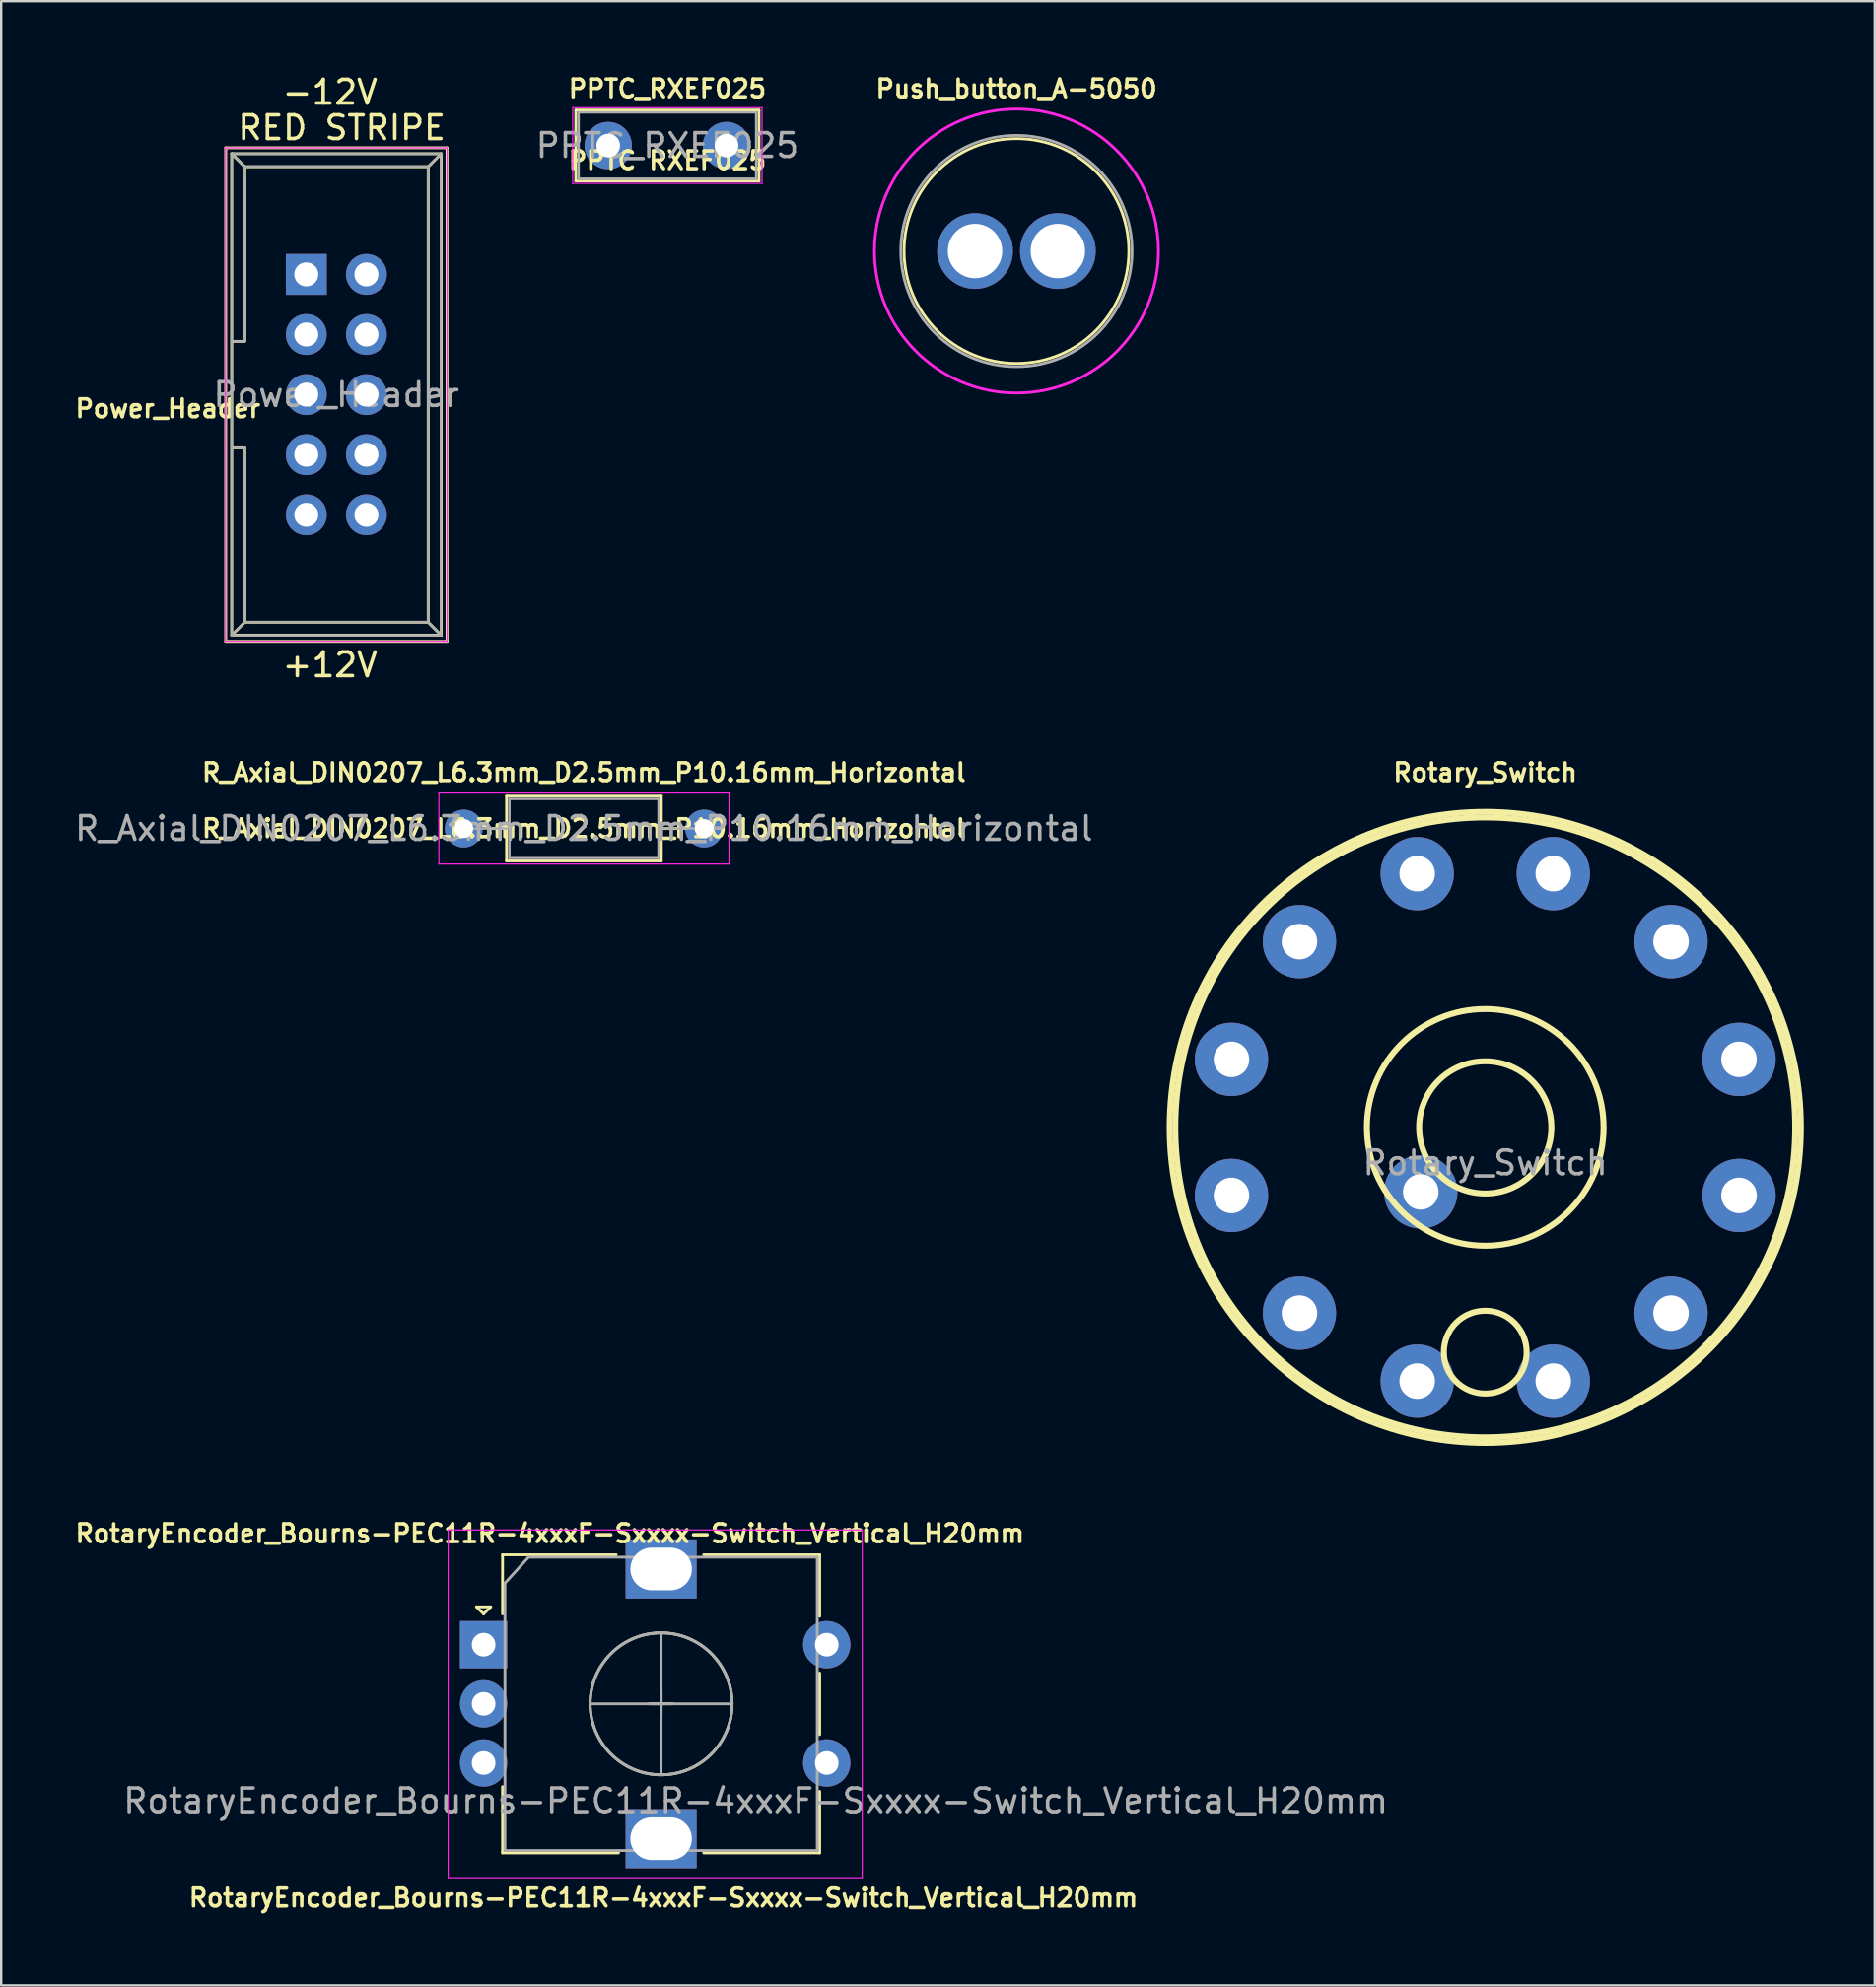
<source format=kicad_pcb>
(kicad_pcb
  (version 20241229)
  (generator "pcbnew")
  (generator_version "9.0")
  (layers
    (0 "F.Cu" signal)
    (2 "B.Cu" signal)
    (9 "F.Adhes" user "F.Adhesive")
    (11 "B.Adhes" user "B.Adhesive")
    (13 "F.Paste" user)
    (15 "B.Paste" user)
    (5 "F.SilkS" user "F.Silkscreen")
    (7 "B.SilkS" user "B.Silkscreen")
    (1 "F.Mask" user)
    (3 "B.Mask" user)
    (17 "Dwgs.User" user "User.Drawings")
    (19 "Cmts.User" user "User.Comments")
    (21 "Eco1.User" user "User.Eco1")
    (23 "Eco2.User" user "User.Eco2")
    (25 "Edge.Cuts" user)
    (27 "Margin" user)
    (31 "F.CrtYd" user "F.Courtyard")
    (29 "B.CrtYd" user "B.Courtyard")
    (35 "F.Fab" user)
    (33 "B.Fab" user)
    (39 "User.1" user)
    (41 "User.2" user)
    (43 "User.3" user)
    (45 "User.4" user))
  (footprint "PPTC_RXEF025"
    (layer "F.Cu")
    (at 25.151 3.102)
    (property "Reference" "PPTC_RXEF025" (at 0 -2.4 0) (layer "F.SilkS") (effects (font (size 0.75 0.75) (thickness 0.15))))
    (property "Value" "PPTC RXEF025" (at 0 2.4 0) (layer "F.Fab") (hide yes) (effects (font (size 1 1) (thickness 0.15))))
    (attr through_hole)
    (fp_line (start -3.87 -1.5) (end -3.87 1.5) (stroke (width 0.12) (type solid)) (layer "F.SilkS"))
    (fp_line (start -3.87 -1.5) (end 3.87 -1.5) (stroke (width 0.12) (type solid)) (layer "F.SilkS"))
    (fp_line (start -3.87 1.5) (end 3.87 1.5) (stroke (width 0.12) (type solid)) (layer "F.SilkS"))
    (fp_line (start 3.87 -1.5) (end 3.87 1.5) (stroke (width 0.12) (type solid)) (layer "F.SilkS"))
    (fp_line (start -4 -1.6) (end -4 1.6) (stroke (width 0.05) (type solid)) (layer "F.CrtYd"))
    (fp_line (start -4 1.6) (end 4 1.6) (stroke (width 0.05) (type solid)) (layer "F.CrtYd"))
    (fp_line (start 4 -1.6) (end -4 -1.6) (stroke (width 0.05) (type solid)) (layer "F.CrtYd"))
    (fp_line (start 4 1.6) (end 4 -1.6) (stroke (width 0.05) (type solid)) (layer "F.CrtYd"))
    (fp_line (start -3.75 -1.4) (end -3.75 1.4) (stroke (width 0.1) (type solid)) (layer "F.Fab"))
    (fp_line (start -3.75 1.4) (end 3.75 1.4) (stroke (width 0.1) (type solid)) (layer "F.Fab"))
    (fp_line (start 3.75 -1.4) (end -3.75 -1.4) (stroke (width 0.1) (type solid)) (layer "F.Fab"))
    (fp_line (start 3.75 1.4) (end 3.75 -1.4) (stroke (width 0.1) (type solid)) (layer "F.Fab"))
    (fp_text user "${VALUE}" (at 0 0.635 0) (layer "F.SilkS") (effects (font (size 0.75 0.75) (thickness 0.15))))
    (fp_text user "${REFERENCE}" (at 0 0 0) (layer "F.Fab") (effects (font (size 1 1) (thickness 0.15))))
    (pad "1" thru_hole circle (at -2.5 0) (size 2 2) (drill 1) (layers "*.Cu" "*.Mask"))
    (pad "2" thru_hole circle (at 2.5 0) (size 2 2) (drill 1) (layers "*.Cu" "*.Mask")))
  (footprint "Push_button_A-5050"
    (layer "F.Cu")
    (at 39.902 7.56)
    (property "Reference" "Push_button_A-5050" (at 0 -6.858 0) (layer "F.SilkS") (effects (font (size 0.75 0.75) (thickness 0.15))))
    (attr through_hole)
    (fp_circle (center 0 0) (end 4.75 0) (stroke (width 0.12) (type solid)) (fill no) (layer "F.SilkS"))
    (fp_circle (center 0 0) (end 6 0) (stroke (width 0.12) (type solid)) (fill no) (layer "F.CrtYd"))
    (fp_circle (center 0 0) (end 4.318 -2.286) (stroke (width 0.12) (type solid)) (fill no) (layer "F.Fab"))
    (pad "1" thru_hole circle (at -1.75 0) (size 3.2 3.2) (drill 2.3) (layers "*.Cu" "*.Mask"))
    (pad "2" thru_hole circle (at 1.75 0) (size 3.2 3.2) (drill 2.3) (layers "*.Cu" "*.Mask")))
  (footprint "R_Axial_DIN0207_L6.3mm_D2.5mm_P10.16mm_Horizontal"
    (layer "F.Cu")
    (at 16.545 31.968)
    (property "Reference" "R_Axial_DIN0207_L6.3mm_D2.5mm_P10.16mm_Horizontal" (at 5.08 -2.37 0) (layer "F.SilkS") (effects (font (size 0.75 0.75) (thickness 0.15))))
    (property "Value" "R_Axial_DIN0207_L6.3mm_D2.5mm_P10.16mm_Horizontal" (at 5.08 2.37 0) (layer "F.Fab") (hide yes) (effects (font (size 1 1) (thickness 0.15))))
    (attr through_hole)
    (fp_line (start 1.04 0) (end 1.81 0) (stroke (width 0.12) (type solid)) (layer "F.SilkS"))
    (fp_line (start 1.81 -1.37) (end 1.81 1.37) (stroke (width 0.12) (type solid)) (layer "F.SilkS"))
    (fp_line (start 1.81 1.37) (end 8.35 1.37) (stroke (width 0.12) (type solid)) (layer "F.SilkS"))
    (fp_line (start 8.35 -1.37) (end 1.81 -1.37) (stroke (width 0.12) (type solid)) (layer "F.SilkS"))
    (fp_line (start 8.35 1.37) (end 8.35 -1.37) (stroke (width 0.12) (type solid)) (layer "F.SilkS"))
    (fp_line (start 9.12 0) (end 8.35 0) (stroke (width 0.12) (type solid)) (layer "F.SilkS"))
    (fp_line (start -1.05 -1.5) (end -1.05 1.5) (stroke (width 0.05) (type solid)) (layer "F.CrtYd"))
    (fp_line (start -1.05 1.5) (end 11.21 1.5) (stroke (width 0.05) (type solid)) (layer "F.CrtYd"))
    (fp_line (start 11.21 -1.5) (end -1.05 -1.5) (stroke (width 0.05) (type solid)) (layer "F.CrtYd"))
    (fp_line (start 11.21 1.5) (end 11.21 -1.5) (stroke (width 0.05) (type solid)) (layer "F.CrtYd"))
    (fp_line (start 0 0) (end 1.93 0) (stroke (width 0.1) (type solid)) (layer "F.Fab"))
    (fp_line (start 1.93 -1.25) (end 1.93 1.25) (stroke (width 0.1) (type solid)) (layer "F.Fab"))
    (fp_line (start 1.93 1.25) (end 8.23 1.25) (stroke (width 0.1) (type solid)) (layer "F.Fab"))
    (fp_line (start 8.23 -1.25) (end 1.93 -1.25) (stroke (width 0.1) (type solid)) (layer "F.Fab"))
    (fp_line (start 8.23 1.25) (end 8.23 -1.25) (stroke (width 0.1) (type solid)) (layer "F.Fab"))
    (fp_line (start 10.16 0) (end 8.23 0) (stroke (width 0.1) (type solid)) (layer "F.Fab"))
    (fp_text user "${VALUE}" (at 5.08 0 0) (layer "F.SilkS") (effects (font (size 0.75 0.75) (thickness 0.15))))
    (fp_text user "${REFERENCE}" (at 5.08 0 0) (layer "F.Fab") (effects (font (size 1 1) (thickness 0.15))))
    (pad "1" thru_hole circle (at 0 0) (size 1.6 1.6) (drill 0.8) (layers "*.Cu" "*.Mask"))
    (pad "2" thru_hole oval (at 10.16 0) (size 1.6 1.6) (drill 0.8) (layers "*.Cu" "*.Mask")))
  (footprint "Power_Header"
    (layer "F.Cu")
    (at 9.893 8.548)
    (property "Reference" "Power_Header" (at -5.85 5.67 0) (layer "F.SilkS") (effects (font (size 0.75 0.75) (thickness 0.15))))
    (attr through_hole)
    (fp_line (start -3.405 -5.35) (end 5.945 -5.35) (stroke (width 0.12) (type solid)) (layer "F.SilkS"))
    (fp_line (start -3.405 15.51) (end -3.405 -5.35) (stroke (width 0.12) (type solid)) (layer "F.SilkS"))
    (fp_line (start -3.15 -5.1) (end -2.6 -4.55) (stroke (width 0.12) (type solid)) (layer "F.SilkS"))
    (fp_line (start -3.15 -5.1) (end 5.7 -5.1) (stroke (width 0.12) (type solid)) (layer "F.SilkS"))
    (fp_line (start -3.15 15.25) (end -3.15 -5.1) (stroke (width 0.12) (type solid)) (layer "F.SilkS"))
    (fp_line (start -3.1 2.83) (end -2.62 2.83) (stroke (width 0.12) (type solid)) (layer "F.SilkS"))
    (fp_line (start -2.6 -4.55) (end 5.15 -4.55) (stroke (width 0.12) (type solid)) (layer "F.SilkS"))
    (fp_line (start -2.6 2.83) (end -2.6 -4.55) (stroke (width 0.12) (type solid)) (layer "F.SilkS"))
    (fp_line (start -2.6 7.33) (end -3.11 7.33) (stroke (width 0.12) (type solid)) (layer "F.SilkS"))
    (fp_line (start -2.6 14.7) (end -3.1 15.2) (stroke (width 0.12) (type solid)) (layer "F.SilkS"))
    (fp_line (start -2.6 14.7) (end -2.6 7.35) (stroke (width 0.12) (type solid)) (layer "F.SilkS"))
    (fp_line (start 5.15 -4.55) (end 5.15 14.7) (stroke (width 0.12) (type solid)) (layer "F.SilkS"))
    (fp_line (start 5.15 -4.55) (end 5.7 -5.1) (stroke (width 0.12) (type solid)) (layer "F.SilkS"))
    (fp_line (start 5.15 14.7) (end -2.6 14.7) (stroke (width 0.12) (type solid)) (layer "F.SilkS"))
    (fp_line (start 5.15 14.7) (end 5.7 15.25) (stroke (width 0.12) (type solid)) (layer "F.SilkS"))
    (fp_line (start 5.7 -5.1) (end 5.7 15.25) (stroke (width 0.12) (type solid)) (layer "F.SilkS"))
    (fp_line (start 5.7 15.25) (end -3.15 15.25) (stroke (width 0.12) (type solid)) (layer "F.SilkS"))
    (fp_line (start 5.945 -5.35) (end 5.945 15.51) (stroke (width 0.12) (type solid)) (layer "F.SilkS"))
    (fp_line (start 5.945 15.51) (end -3.405 15.51) (stroke (width 0.12) (type solid)) (layer "F.SilkS"))
    (fp_line (start -3.41 -5.35) (end 5.95 -5.35) (stroke (width 0.05) (type solid)) (layer "F.CrtYd"))
    (fp_line (start -3.41 15.51) (end -3.41 -5.35) (stroke (width 0.05) (type solid)) (layer "F.CrtYd"))
    (fp_line (start 5.95 -5.35) (end 5.95 15.51) (stroke (width 0.05) (type solid)) (layer "F.CrtYd"))
    (fp_line (start 5.95 15.51) (end -3.41 15.51) (stroke (width 0.05) (type solid)) (layer "F.CrtYd"))
    (fp_line (start -3.155 -5.1) (end -3.155 15.26) (stroke (width 0.1) (type solid)) (layer "F.Fab"))
    (fp_line (start -3.155 -5.1) (end -2.605 -4.56) (stroke (width 0.1) (type solid)) (layer "F.Fab"))
    (fp_line (start -3.155 15.26) (end -2.605 14.7) (stroke (width 0.1) (type solid)) (layer "F.Fab"))
    (fp_line (start -2.605 -4.56) (end -2.605 2.83) (stroke (width 0.1) (type solid)) (layer "F.Fab"))
    (fp_line (start -2.605 2.83) (end -3.155 2.83) (stroke (width 0.1) (type solid)) (layer "F.Fab"))
    (fp_line (start -2.605 7.33) (end -3.155 7.33) (stroke (width 0.1) (type solid)) (layer "F.Fab"))
    (fp_line (start -2.605 7.33) (end -2.605 14.7) (stroke (width 0.1) (type solid)) (layer "F.Fab"))
    (fp_line (start 5.145 -4.56) (end -2.605 -4.56) (stroke (width 0.1) (type solid)) (layer "F.Fab"))
    (fp_line (start 5.145 -4.56) (end 5.145 14.7) (stroke (width 0.1) (type solid)) (layer "F.Fab"))
    (fp_line (start 5.145 14.7) (end -2.605 14.7) (stroke (width 0.1) (type solid)) (layer "F.Fab"))
    (fp_line (start 5.695 -5.1) (end -3.155 -5.1) (stroke (width 0.1) (type solid)) (layer "F.Fab"))
    (fp_line (start 5.695 -5.1) (end 5.145 -4.56) (stroke (width 0.1) (type solid)) (layer "F.Fab"))
    (fp_line (start 5.695 -5.1) (end 5.695 15.26) (stroke (width 0.1) (type solid)) (layer "F.Fab"))
    (fp_line (start 5.695 15.26) (end -3.155 15.26) (stroke (width 0.1) (type solid)) (layer "F.Fab"))
    (fp_line (start 5.695 15.26) (end 5.145 14.7) (stroke (width 0.1) (type solid)) (layer "F.Fab"))
    (fp_text user "RED STRIPE" (at 1.5 -6.2 0) (layer "F.SilkS") (effects (font (size 1 1) (thickness 0.15))))
    (fp_text user "+12V" (at 1 16.5 0) (layer "F.SilkS") (effects (font (size 1 1) (thickness 0.15))))
    (fp_text user "-12V" (at 1 -7.7 0) (layer "F.SilkS") (effects (font (size 1 1) (thickness 0.15))))
    (fp_text user "${REFERENCE}" (at 1.27 5.08 0) (layer "F.Fab") (effects (font (size 1 1) (thickness 0.15))))
    (pad "1" thru_hole rect (at 0 0) (size 1.727 1.727) (drill 1.016) (layers "*.Cu" "*.Mask"))
    (pad "2" thru_hole oval (at 2.54 0) (size 1.727 1.727) (drill 1.016) (layers "*.Cu" "*.Mask"))
    (pad "3" thru_hole oval (at 0 2.54) (size 1.727 1.727) (drill 1.016) (layers "*.Cu" "*.Mask"))
    (pad "4" thru_hole oval (at 2.54 2.54) (size 1.727 1.727) (drill 1.016) (layers "*.Cu" "*.Mask"))
    (pad "5" thru_hole oval (at 0 5.08) (size 1.727 1.727) (drill 1.016) (layers "*.Cu" "*.Mask"))
    (pad "6" thru_hole oval (at 2.54 5.08) (size 1.727 1.727) (drill 1.016) (layers "*.Cu" "*.Mask"))
    (pad "7" thru_hole oval (at 0 7.62) (size 1.727 1.727) (drill 1.016) (layers "*.Cu" "*.Mask"))
    (pad "8" thru_hole oval (at 2.54 7.62) (size 1.727 1.727) (drill 1.016) (layers "*.Cu" "*.Mask"))
    (pad "9" thru_hole oval (at 0 10.16) (size 1.727 1.727) (drill 1.016) (layers "*.Cu" "*.Mask"))
    (pad "10" thru_hole oval (at 2.54 10.16) (size 1.727 1.727) (drill 1.016) (layers "*.Cu" "*.Mask")))
  (footprint "RotaryEncoder_Bourns-PEC11R-4xxxF-Sxxxx-Switch_Vertical_H20mm"
    (layer "F.Cu")
    (at 17.386 66.463)
    (property "Reference" "RotaryEncoder_Bourns-PEC11R-4xxxF-Sxxxx-Switch_Vertical_H20mm" (at 2.8 -4.7 0) (layer "F.SilkS") (effects (font (size 0.75 0.75) (thickness 0.15))))
    (property "Value" "RotaryEncoder_Bourns-PEC11R-4xxxF-Sxxxx-Switch_Vertical_H20mm" (at 7.5 10.4 0) (layer "F.Fab") (hide yes) (effects (font (size 1 1) (thickness 0.15))))
    (attr through_hole)
    (fp_line (start -0.3 -1.6) (end 0.3 -1.6) (stroke (width 0.12) (type solid)) (layer "F.SilkS"))
    (fp_line (start 0 -1.3) (end -0.3 -1.6) (stroke (width 0.12) (type solid)) (layer "F.SilkS"))
    (fp_line (start 0.3 -1.6) (end 0 -1.3) (stroke (width 0.12) (type solid)) (layer "F.SilkS"))
    (fp_line (start 0.8 -3.8) (end 0.8 -1.3) (stroke (width 0.12) (type solid)) (layer "F.SilkS"))
    (fp_line (start 0.8 8.8) (end 0.8 6) (stroke (width 0.12) (type solid)) (layer "F.SilkS"))
    (fp_line (start 5.6 -3.8) (end 0.8 -3.8) (stroke (width 0.12) (type solid)) (layer "F.SilkS"))
    (fp_line (start 5.7 8.8) (end 0.8 8.8) (stroke (width 0.12) (type solid)) (layer "F.SilkS"))
    (fp_line (start 7 2.5) (end 8 2.5) (stroke (width 0.12) (type solid)) (layer "F.SilkS"))
    (fp_line (start 7.5 2) (end 7.5 3) (stroke (width 0.12) (type solid)) (layer "F.SilkS"))
    (fp_line (start 9.3 -3.8) (end 14.2 -3.8) (stroke (width 0.12) (type solid)) (layer "F.SilkS"))
    (fp_line (start 14.2 -3.8) (end 14.2 -1.2) (stroke (width 0.12) (type solid)) (layer "F.SilkS"))
    (fp_line (start 14.2 1.2) (end 14.2 3.8) (stroke (width 0.12) (type solid)) (layer "F.SilkS"))
    (fp_line (start 14.2 6.2) (end 14.2 8.8) (stroke (width 0.12) (type solid)) (layer "F.SilkS"))
    (fp_line (start 14.2 8.8) (end 9.3 8.8) (stroke (width 0.12) (type solid)) (layer "F.SilkS"))
    (fp_circle (center 7.5 2.5) (end 10.5 2.5) (stroke (width 0.12) (type solid)) (fill no) (layer "F.SilkS"))
    (fp_line (start -1.5 -4.85) (end -1.5 9.85) (stroke (width 0.05) (type solid)) (layer "F.CrtYd"))
    (fp_line (start -1.5 -4.85) (end 16 -4.85) (stroke (width 0.05) (type solid)) (layer "F.CrtYd"))
    (fp_line (start 16 9.85) (end -1.5 9.85) (stroke (width 0.05) (type solid)) (layer "F.CrtYd"))
    (fp_line (start 16 9.85) (end 16 -4.85) (stroke (width 0.05) (type solid)) (layer "F.CrtYd"))
    (fp_line (start 0.9 -2.6) (end 1.9 -3.7) (stroke (width 0.12) (type solid)) (layer "F.Fab"))
    (fp_line (start 0.9 8.7) (end 0.9 -2.6) (stroke (width 0.12) (type solid)) (layer "F.Fab"))
    (fp_line (start 1.9 -3.7) (end 14.1 -3.7) (stroke (width 0.12) (type solid)) (layer "F.Fab"))
    (fp_line (start 4.5 2.5) (end 10.5 2.5) (stroke (width 0.12) (type solid)) (layer "F.Fab"))
    (fp_line (start 7.5 -0.5) (end 7.5 5.5) (stroke (width 0.12) (type solid)) (layer "F.Fab"))
    (fp_line (start 14.1 -3.7) (end 14.1 8.7) (stroke (width 0.12) (type solid)) (layer "F.Fab"))
    (fp_line (start 14.1 8.7) (end 0.9 8.7) (stroke (width 0.12) (type solid)) (layer "F.Fab"))
    (fp_circle (center 7.5 2.5) (end 10.5 2.5) (stroke (width 0.12) (type solid)) (fill no) (layer "F.Fab"))
    (fp_text user "${VALUE}" (at 7.6 10.7 0) (layer "F.SilkS") (effects (font (size 0.75 0.75) (thickness 0.15))))
    (fp_text user "${REFERENCE}" (at 11.5 6.6 0) (layer "F.Fab") (effects (font (size 1 1) (thickness 0.15))))
    (pad "A" thru_hole rect (at 0 0) (size 2 2) (drill 1) (layers "*.Cu" "*.Mask"))
    (pad "B" thru_hole circle (at 0 5) (size 2 2) (drill 1) (layers "*.Cu" "*.Mask"))
    (pad "C" thru_hole circle (at 0 2.5) (size 2 2) (drill 1) (layers "*.Cu" "*.Mask"))
    (pad "MP" thru_hole rect (at 7.5 -3.2) (size 3 2.5) (drill oval 2.6 1.8) (layers "*.Cu" "*.Mask"))
    (pad "MP" thru_hole rect (at 7.5 8.2) (size 3 2.5) (drill oval 2.6 1.8) (layers "*.Cu" "*.Mask"))
    (pad "S1" thru_hole circle (at 14.5 0) (size 2 2) (drill 1) (layers "*.Cu" "*.Mask"))
    (pad "S2" thru_hole circle (at 14.5 5) (size 2 2) (drill 1) (layers "*.Cu" "*.Mask")))
  (footprint "Rotary_Switch"
    (layer "F.Cu")
    (at 59.712 44.599)
    (property "Reference" "Rotary_Switch" (at 0 -15 0) (layer "F.SilkS") (effects (font (size 0.75 0.75) (thickness 0.15))))
    (attr through_hole)
    (fp_circle (center 0 0) (end 2.794 0) (stroke (width 0.254) (type solid)) (fill no) (layer "F.SilkS"))
    (fp_circle (center 0 0) (end 5.001 0) (stroke (width 0.254) (type solid)) (fill no) (layer "F.SilkS"))
    (fp_circle (center 0 0) (end 13.099 0) (stroke (width 0.254) (type solid)) (fill no) (layer "F.SilkS"))
    (fp_circle (center 0 0) (end 13.335 0) (stroke (width 0.254) (type solid)) (fill no) (layer "F.SilkS"))
    (fp_circle (center 0 9.5) (end 1.75 9.5) (stroke (width 0.254) (type solid)) (fill no) (layer "F.SilkS"))
    (fp_text user "${REFERENCE}" (at 0 1.5 0) (layer "F.Fab") (effects (font (size 1 1) (thickness 0.15))))
    (pad "1" thru_hole circle (at -2.875 10.724) (size 3.099 3.099) (drill 1.501) (layers "*.Cu" "*.Mask"))
    (pad "2" thru_hole circle (at -7.851 7.851) (size 3.099 3.099) (drill 1.501) (layers "*.Cu" "*.Mask"))
    (pad "3" thru_hole circle (at -10.724 2.875) (size 3.099 3.099) (drill 1.501) (layers "*.Cu" "*.Mask"))
    (pad "4" thru_hole circle (at -10.724 -2.875) (size 3.099 3.099) (drill 1.501) (layers "*.Cu" "*.Mask"))
    (pad "5" thru_hole circle (at -7.851 -7.851) (size 3.099 3.099) (drill 1.501) (layers "*.Cu" "*.Mask"))
    (pad "6" thru_hole circle (at -2.875 -10.724) (size 3.099 3.099) (drill 1.501) (layers "*.Cu" "*.Mask"))
    (pad "7" thru_hole circle (at 2.875 -10.724) (size 3.099 3.099) (drill 1.501) (layers "*.Cu" "*.Mask"))
    (pad "8" thru_hole circle (at 7.851 -7.851) (size 3.099 3.099) (drill 1.501) (layers "*.Cu" "*.Mask"))
    (pad "9" thru_hole circle (at 10.724 -2.875) (size 3.099 3.099) (drill 1.501) (layers "*.Cu" "*.Mask"))
    (pad "10" thru_hole circle (at 10.724 2.875) (size 3.099 3.099) (drill 1.501) (layers "*.Cu" "*.Mask"))
    (pad "11" thru_hole circle (at 7.851 7.851) (size 3.099 3.099) (drill 1.501) (layers "*.Cu" "*.Mask"))
    (pad "12" thru_hole circle (at 2.875 10.724) (size 3.099 3.099) (drill 1.501) (layers "*.Cu" "*.Mask"))
    (pad "13" thru_hole circle (at -2.725 2.725) (size 3.099 3.099) (drill 1.501) (layers "*.Cu" "*.Mask")))
  (gr_rect
    (start -3 -3)
    (end 76.174 80.865)
    (stroke (width 0.1) (type default))
    (fill no)
    (layer "Edge.Cuts")))
</source>
